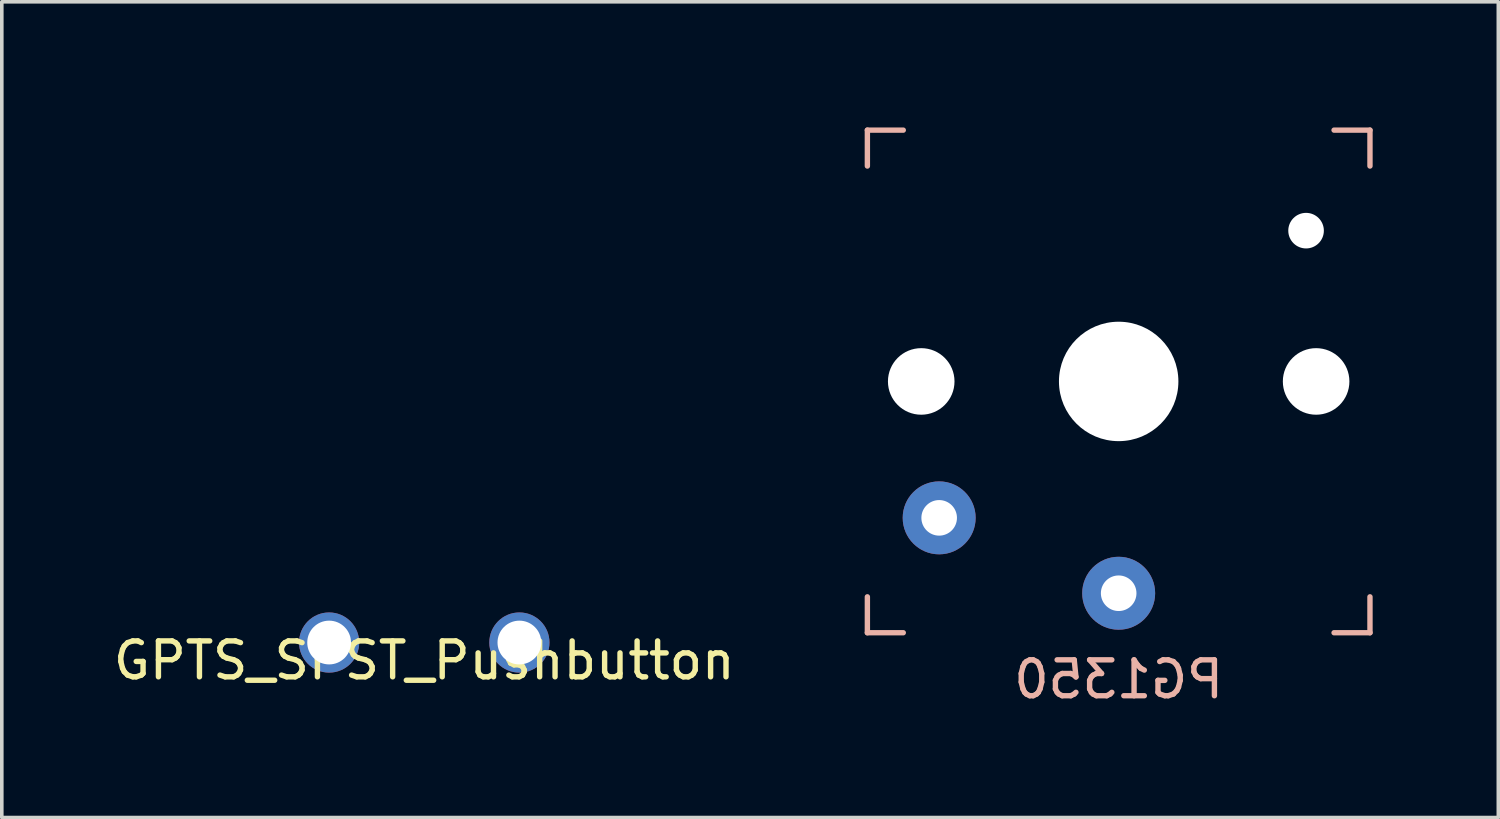
<source format=kicad_pcb>
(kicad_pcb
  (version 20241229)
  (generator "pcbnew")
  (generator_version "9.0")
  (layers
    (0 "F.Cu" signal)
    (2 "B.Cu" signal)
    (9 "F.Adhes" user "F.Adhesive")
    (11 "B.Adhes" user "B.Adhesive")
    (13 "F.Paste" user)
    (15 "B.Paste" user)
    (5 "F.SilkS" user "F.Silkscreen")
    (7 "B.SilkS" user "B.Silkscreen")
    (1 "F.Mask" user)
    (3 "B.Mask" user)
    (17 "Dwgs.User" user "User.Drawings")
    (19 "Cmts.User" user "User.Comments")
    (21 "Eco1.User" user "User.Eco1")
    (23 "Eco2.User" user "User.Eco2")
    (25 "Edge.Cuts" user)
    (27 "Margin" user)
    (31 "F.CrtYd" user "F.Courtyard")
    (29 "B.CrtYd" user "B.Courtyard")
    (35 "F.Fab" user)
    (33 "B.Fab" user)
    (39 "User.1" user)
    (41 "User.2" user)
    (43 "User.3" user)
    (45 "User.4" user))
  (footprint "GPTS_SPST_Pushbutton"
    (layer "F.Cu")
    (at 8.768 8.848)
    (property "Reference" "GPTS_SPST_Pushbutton" (at 0 6.5 0) (layer "F.SilkS") (effects (font (size 1 1) (thickness 0.15))))
    (attr through_hole)
    (fp_line (start -6 -6.5) (end 6 -6.5) (stroke (width 0.15) (type solid)) (layer "Eco2.User"))
    (fp_line (start -6 5.5) (end -6 -6.5) (stroke (width 0.15) (type solid)) (layer "Eco2.User"))
    (fp_line (start 6 -6.5) (end 6 5.5) (stroke (width 0.15) (type solid)) (layer "Eco2.User"))
    (fp_line (start 6 5.5) (end -6 5.5) (stroke (width 0.15) (type solid)) (layer "Eco2.User"))
    (fp_circle (center 0 -0.5) (end 2.5 -0.5) (stroke (width 0.15) (type solid)) (fill no) (layer "Eco2.User"))
    (fp_text user "DigiKey CW181-ND" (at 0 -8 0) (layer "Eco2.User") (effects (font (size 1 1) (thickness 0.15))))
    (pad "1" thru_hole circle (at -2.65 6) (size 1.676 1.676) (drill 1.219) (layers "*.Cu" "*.Mask"))
    (pad "2" thru_hole circle (at 2.65 6) (size 1.676 1.676) (drill 1.219) (layers "*.Cu" "*.Mask")))
  (footprint "PG1350"
    (layer "F.Cu")
    (at 28.111 7.575)
    (property "Reference" "PG1350" (at 0 8.3 0) (layer "B.SilkS") (effects (font (size 1 1) (thickness 0.15)) (justify mirror)))
    (attr through_hole)
    (fp_line (start -7 -7) (end -6 -7) (stroke (width 0.15) (type solid)) (layer "B.SilkS"))
    (fp_line (start -7 -6) (end -7 -7) (stroke (width 0.15) (type solid)) (layer "B.SilkS"))
    (fp_line (start -7 7) (end -7 6) (stroke (width 0.15) (type solid)) (layer "B.SilkS"))
    (fp_line (start -6 7) (end -7 7) (stroke (width 0.15) (type solid)) (layer "B.SilkS"))
    (fp_line (start 6 -7) (end 7 -7) (stroke (width 0.15) (type solid)) (layer "B.SilkS"))
    (fp_line (start 7 -7) (end 7 -6) (stroke (width 0.15) (type solid)) (layer "B.SilkS"))
    (fp_line (start 7 6) (end 7 7) (stroke (width 0.15) (type solid)) (layer "B.SilkS"))
    (fp_line (start 7 7) (end 6 7) (stroke (width 0.15) (type solid)) (layer "B.SilkS"))
    (fp_line (start -7.5 -7.5) (end 7.5 -7.5) (stroke (width 0.15) (type solid)) (layer "Eco2.User"))
    (fp_line (start -7.5 7.5) (end -7.5 -7.5) (stroke (width 0.15) (type solid)) (layer "Eco2.User"))
    (fp_line (start -6.9 6.9) (end -6.9 -6.9) (stroke (width 0.15) (type solid)) (layer "Eco2.User"))
    (fp_line (start -6.9 6.9) (end 6.9 6.9) (stroke (width 0.15) (type solid)) (layer "Eco2.User"))
    (fp_line (start -2.6 -3.1) (end -2.6 -6.3) (stroke (width 0.15) (type solid)) (layer "Eco2.User"))
    (fp_line (start -2.6 -3.1) (end 2.6 -3.1) (stroke (width 0.15) (type solid)) (layer "Eco2.User"))
    (fp_line (start 2.6 -6.3) (end -2.6 -6.3) (stroke (width 0.15) (type solid)) (layer "Eco2.User"))
    (fp_line (start 2.6 -3.1) (end 2.6 -6.3) (stroke (width 0.15) (type solid)) (layer "Eco2.User"))
    (fp_line (start 6.9 -6.9) (end -6.9 -6.9) (stroke (width 0.15) (type solid)) (layer "Eco2.User"))
    (fp_line (start 6.9 -6.9) (end 6.9 6.9) (stroke (width 0.15) (type solid)) (layer "Eco2.User"))
    (fp_line (start 7.5 -7.5) (end 7.5 7.5) (stroke (width 0.15) (type solid)) (layer "Eco2.User"))
    (fp_line (start 7.5 7.5) (end -7.5 7.5) (stroke (width 0.15) (type solid)) (layer "Eco2.User"))
    (pad "" np_thru_hole circle (at -5.5 0) (size 1.854 1.854) (drill 1.854) (layers "*.Cu" "*.Mask"))
    (pad "" np_thru_hole circle (at 0 0) (size 3.327 3.327) (drill 3.327) (layers "*.Cu" "*.Mask"))
    (pad "" np_thru_hole circle (at 5.22 -4.2) (size 0.991 0.991) (drill 0.991) (layers "*.Cu" "*.Mask"))
    (pad "" np_thru_hole circle (at 5.5 0) (size 1.854 1.854) (drill 1.854) (layers "*.Cu" "*.Mask"))
    (pad "1" thru_hole circle (at 0 5.9) (size 2.032 2.032) (drill 0.991) (layers "*.Cu" "*.Mask"))
    (pad "2" thru_hole circle (at -5 3.8) (size 2.032 2.032) (drill 0.991) (layers "*.Cu" "*.Mask")))
  (gr_rect
    (start -3 -3)
    (end 38.686 19.723)
    (stroke (width 0.1) (type default))
    (fill no)
    (layer "Edge.Cuts")))
</source>
